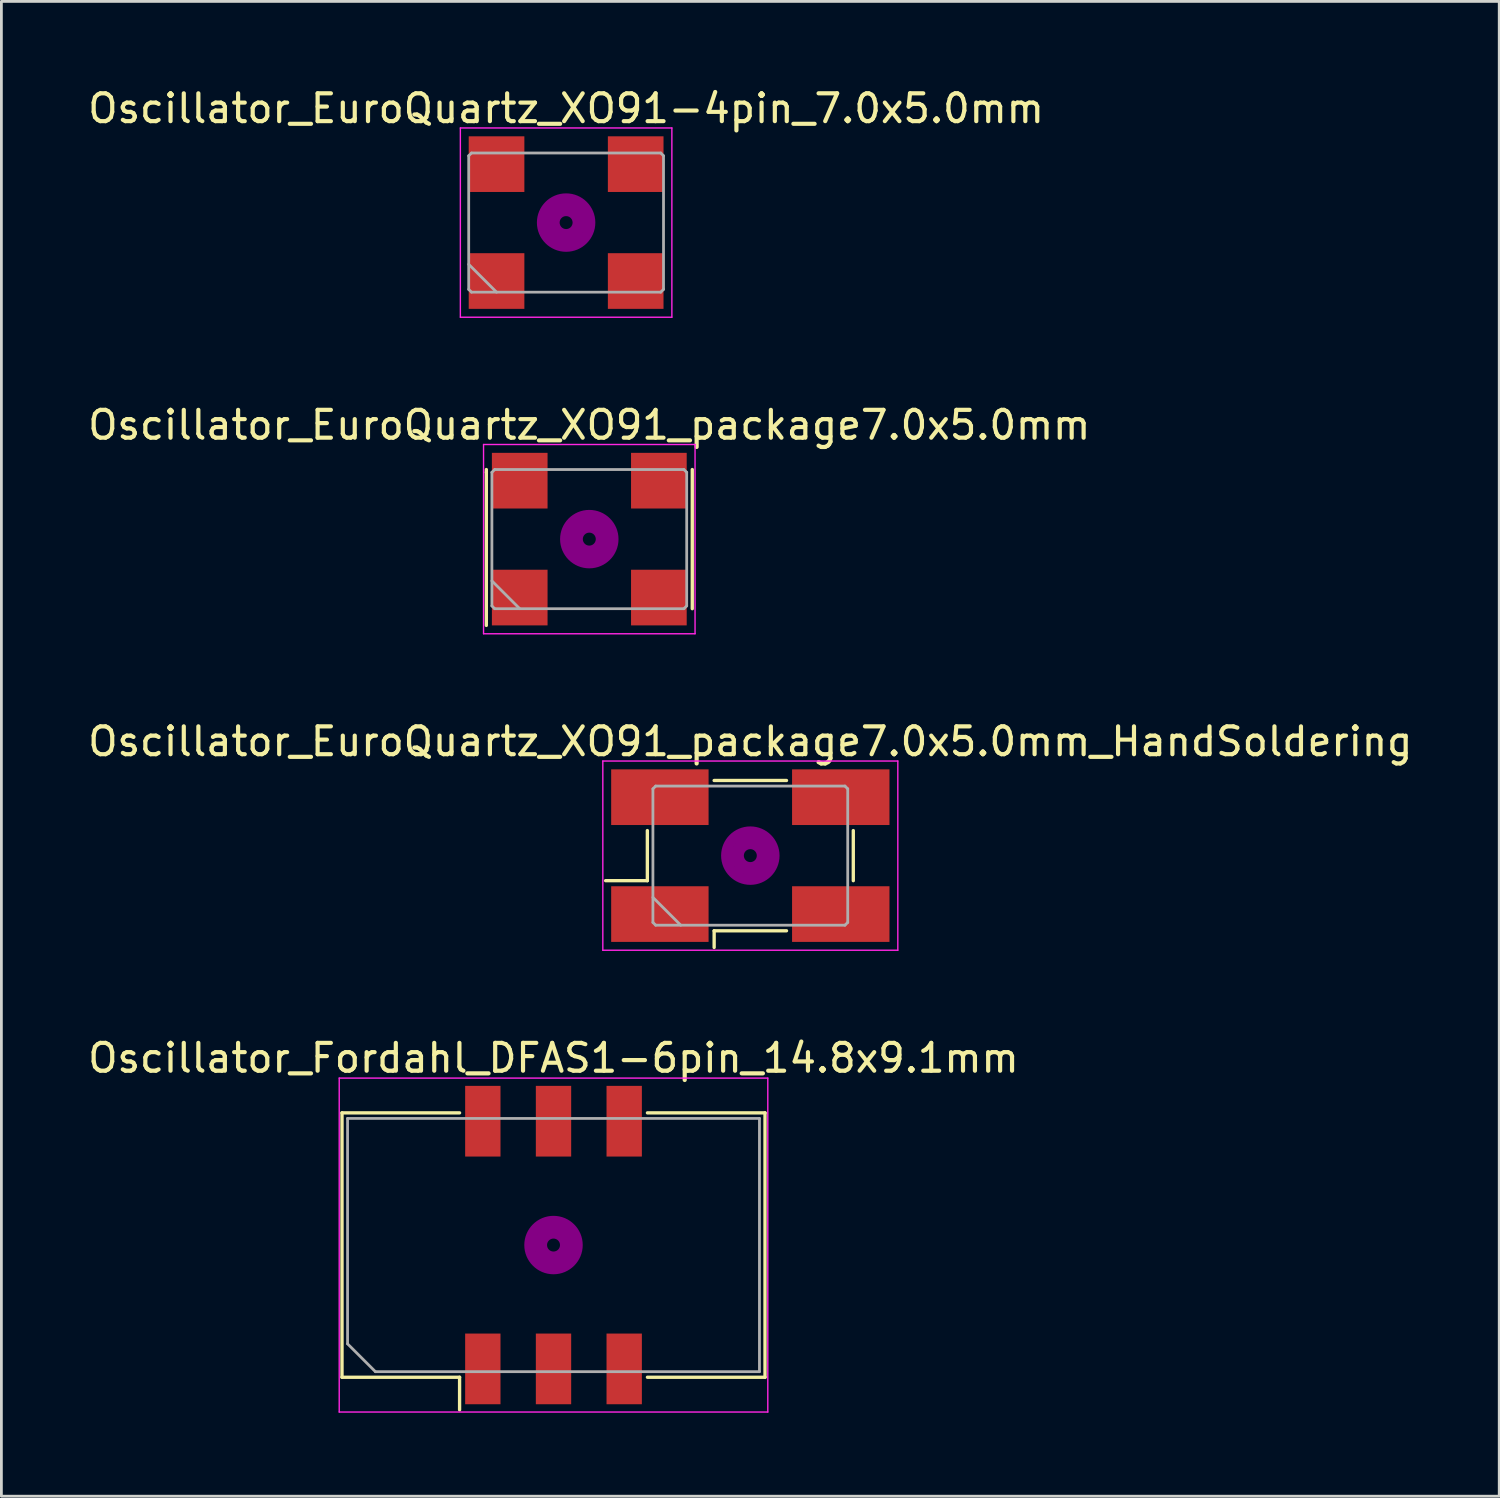
<source format=kicad_pcb>
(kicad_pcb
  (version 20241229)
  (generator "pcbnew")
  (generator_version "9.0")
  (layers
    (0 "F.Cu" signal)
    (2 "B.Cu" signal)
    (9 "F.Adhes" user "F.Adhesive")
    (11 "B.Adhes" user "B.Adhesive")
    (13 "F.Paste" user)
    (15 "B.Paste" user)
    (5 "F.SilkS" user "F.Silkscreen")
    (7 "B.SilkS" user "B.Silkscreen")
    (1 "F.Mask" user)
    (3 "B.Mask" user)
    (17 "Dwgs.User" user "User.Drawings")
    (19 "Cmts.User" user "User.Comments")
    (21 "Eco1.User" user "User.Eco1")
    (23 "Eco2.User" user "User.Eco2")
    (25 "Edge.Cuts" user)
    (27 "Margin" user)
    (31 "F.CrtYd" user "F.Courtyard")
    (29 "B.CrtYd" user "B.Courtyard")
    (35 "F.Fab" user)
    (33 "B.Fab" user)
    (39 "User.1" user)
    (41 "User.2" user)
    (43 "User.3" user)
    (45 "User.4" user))
  (footprint "Oscillator_EuroQuartz_XO91_package7.0x5.0mm"
    (layer "F.Cu")
    (at 18.125 16.322)
    (property "Reference" "Oscillator_EuroQuartz_XO91_package7.0x5.0mm" (at 0 -4.1 0) (layer "F.SilkS") (effects (font (size 1 1) (thickness 0.15))))
    (attr smd)
    (fp_line (start -3.7 -2.5) (end -3.7 -2.4) (stroke (width 0.12) (type solid)) (layer "F.SilkS"))
    (fp_line (start -3.7 -2.4) (end -3.7 3.1) (stroke (width 0.12) (type solid)) (layer "F.SilkS"))
    (fp_line (start 3.7 2.5) (end 3.7 -2.5) (stroke (width 0.12) (type solid)) (layer "F.SilkS"))
    (fp_circle (center 0 0) (end 0.233 0) (stroke (width 0.467) (type solid)) (fill no) (layer "F.Adhes"))
    (fp_circle (center 0 0) (end 0.533 0) (stroke (width 0.333) (type solid)) (fill no) (layer "F.Adhes"))
    (fp_circle (center 0 0) (end 0.833 0) (stroke (width 0.333) (type solid)) (fill no) (layer "F.Adhes"))
    (fp_circle (center 0 0) (end 1 0) (stroke (width 0.1) (type solid)) (fill no) (layer "F.Adhes"))
    (fp_line (start -3.8 -3.4) (end -3.8 3.4) (stroke (width 0.05) (type solid)) (layer "F.CrtYd"))
    (fp_line (start -3.8 3.4) (end 3.8 3.4) (stroke (width 0.05) (type solid)) (layer "F.CrtYd"))
    (fp_line (start 3.8 -3.4) (end -3.8 -3.4) (stroke (width 0.05) (type solid)) (layer "F.CrtYd"))
    (fp_line (start 3.8 3.4) (end 3.8 -3.4) (stroke (width 0.05) (type solid)) (layer "F.CrtYd"))
    (fp_line (start -3.5 -2.4) (end -3.4 -2.5) (stroke (width 0.1) (type solid)) (layer "F.Fab"))
    (fp_line (start -3.5 1.5) (end -2.5 2.5) (stroke (width 0.1) (type solid)) (layer "F.Fab"))
    (fp_line (start -3.5 2.4) (end -3.5 -2.4) (stroke (width 0.1) (type solid)) (layer "F.Fab"))
    (fp_line (start -3.4 -2.5) (end 3.4 -2.5) (stroke (width 0.1) (type solid)) (layer "F.Fab"))
    (fp_line (start -3.4 2.5) (end -3.5 2.4) (stroke (width 0.1) (type solid)) (layer "F.Fab"))
    (fp_line (start 3.4 -2.5) (end 3.5 -2.4) (stroke (width 0.1) (type solid)) (layer "F.Fab"))
    (fp_line (start 3.4 2.5) (end -3.4 2.5) (stroke (width 0.1) (type solid)) (layer "F.Fab"))
    (fp_line (start 3.5 -2.4) (end 3.5 2.4) (stroke (width 0.1) (type solid)) (layer "F.Fab"))
    (fp_line (start 3.5 2.4) (end 3.4 2.5) (stroke (width 0.1) (type solid)) (layer "F.Fab"))
    (pad "1" smd rect (at -2.5 2.1) (size 2 2) (layers "F.Cu" "F.Mask"))
    (pad "2" smd rect (at 2.5 2.1) (size 2 2) (layers "F.Cu" "F.Mask"))
    (pad "3" smd rect (at 2.5 -2.1) (size 2 2) (layers "F.Cu" "F.Mask"))
    (pad "4" smd rect (at -2.5 -2.1) (size 2 2) (layers "F.Cu" "F.Mask")))
  (footprint "Oscillator_EuroQuartz_XO91-4pin_7.0x5.0mm"
    (layer "F.Cu")
    (at 17.292 4.948)
    (property "Reference" "Oscillator_EuroQuartz_XO91-4pin_7.0x5.0mm" (at 0 -4.1 0) (layer "F.SilkS") (effects (font (size 1 1) (thickness 0.15))))
    (attr smd)
    (fp_circle (center 0 0) (end 0.233 0) (stroke (width 0.467) (type solid)) (fill no) (layer "F.Adhes"))
    (fp_circle (center 0 0) (end 0.533 0) (stroke (width 0.333) (type solid)) (fill no) (layer "F.Adhes"))
    (fp_circle (center 0 0) (end 0.833 0) (stroke (width 0.333) (type solid)) (fill no) (layer "F.Adhes"))
    (fp_circle (center 0 0) (end 1 0) (stroke (width 0.1) (type solid)) (fill no) (layer "F.Adhes"))
    (fp_line (start -3.8 -3.4) (end -3.8 3.4) (stroke (width 0.05) (type solid)) (layer "F.CrtYd"))
    (fp_line (start -3.8 3.4) (end 3.8 3.4) (stroke (width 0.05) (type solid)) (layer "F.CrtYd"))
    (fp_line (start 3.8 -3.4) (end -3.8 -3.4) (stroke (width 0.05) (type solid)) (layer "F.CrtYd"))
    (fp_line (start 3.8 3.4) (end 3.8 -3.4) (stroke (width 0.05) (type solid)) (layer "F.CrtYd"))
    (fp_line (start -3.5 -2.4) (end -3.4 -2.5) (stroke (width 0.1) (type solid)) (layer "F.Fab"))
    (fp_line (start -3.5 1.5) (end -2.5 2.5) (stroke (width 0.1) (type solid)) (layer "F.Fab"))
    (fp_line (start -3.5 2.4) (end -3.5 -2.4) (stroke (width 0.1) (type solid)) (layer "F.Fab"))
    (fp_line (start -3.4 -2.5) (end 3.4 -2.5) (stroke (width 0.1) (type solid)) (layer "F.Fab"))
    (fp_line (start -3.4 2.5) (end -3.5 2.4) (stroke (width 0.1) (type solid)) (layer "F.Fab"))
    (fp_line (start 3.4 -2.5) (end 3.5 -2.4) (stroke (width 0.1) (type solid)) (layer "F.Fab"))
    (fp_line (start 3.4 2.5) (end -3.4 2.5) (stroke (width 0.1) (type solid)) (layer "F.Fab"))
    (fp_line (start 3.5 -2.4) (end 3.5 2.4) (stroke (width 0.1) (type solid)) (layer "F.Fab"))
    (fp_line (start 3.5 2.4) (end 3.4 2.5) (stroke (width 0.1) (type solid)) (layer "F.Fab"))
    (pad "1" smd rect (at -2.5 2.1) (size 2 2) (layers "F.Cu" "F.Mask"))
    (pad "2" smd rect (at 2.5 2.1) (size 2 2) (layers "F.Cu" "F.Mask"))
    (pad "3" smd rect (at 2.5 -2.1) (size 2 2) (layers "F.Cu" "F.Mask"))
    (pad "4" smd rect (at -2.5 -2.1) (size 2 2) (layers "F.Cu" "F.Mask")))
  (footprint "Oscillator_EuroQuartz_XO91_package7.0x5.0mm_HandSoldering"
    (layer "F.Cu")
    (at 23.911 27.695)
    (property "Reference" "Oscillator_EuroQuartz_XO91_package7.0x5.0mm_HandSoldering" (at 0 -4.1 0) (layer "F.SilkS") (effects (font (size 1 1) (thickness 0.15))))
    (attr smd)
    (fp_line (start -5.2 0.9) (end -3.7 0.9) (stroke (width 0.12) (type solid)) (layer "F.SilkS"))
    (fp_line (start -3.7 0.9) (end -3.7 -0.9) (stroke (width 0.12) (type solid)) (layer "F.SilkS"))
    (fp_line (start -1.3 -2.7) (end 1.3 -2.7) (stroke (width 0.12) (type solid)) (layer "F.SilkS"))
    (fp_line (start -1.3 2.7) (end -1.3 3.3) (stroke (width 0.12) (type solid)) (layer "F.SilkS"))
    (fp_line (start 1.3 2.7) (end -1.3 2.7) (stroke (width 0.12) (type solid)) (layer "F.SilkS"))
    (fp_line (start 3.7 -0.9) (end 3.7 0.9) (stroke (width 0.12) (type solid)) (layer "F.SilkS"))
    (fp_circle (center 0 0) (end 0.233 0) (stroke (width 0.467) (type solid)) (fill no) (layer "F.Adhes"))
    (fp_circle (center 0 0) (end 0.533 0) (stroke (width 0.333) (type solid)) (fill no) (layer "F.Adhes"))
    (fp_circle (center 0 0) (end 0.833 0) (stroke (width 0.333) (type solid)) (fill no) (layer "F.Adhes"))
    (fp_circle (center 0 0) (end 1 0) (stroke (width 0.1) (type solid)) (fill no) (layer "F.Adhes"))
    (fp_line (start -5.3 -3.4) (end -5.3 3.4) (stroke (width 0.05) (type solid)) (layer "F.CrtYd"))
    (fp_line (start -5.3 3.4) (end 5.3 3.4) (stroke (width 0.05) (type solid)) (layer "F.CrtYd"))
    (fp_line (start 5.3 -3.4) (end -5.3 -3.4) (stroke (width 0.05) (type solid)) (layer "F.CrtYd"))
    (fp_line (start 5.3 3.4) (end 5.3 -3.4) (stroke (width 0.05) (type solid)) (layer "F.CrtYd"))
    (fp_line (start -3.5 -2.4) (end -3.4 -2.5) (stroke (width 0.1) (type solid)) (layer "F.Fab"))
    (fp_line (start -3.5 1.5) (end -2.5 2.5) (stroke (width 0.1) (type solid)) (layer "F.Fab"))
    (fp_line (start -3.5 2.4) (end -3.5 -2.4) (stroke (width 0.1) (type solid)) (layer "F.Fab"))
    (fp_line (start -3.4 -2.5) (end 3.4 -2.5) (stroke (width 0.1) (type solid)) (layer "F.Fab"))
    (fp_line (start -3.4 2.5) (end -3.5 2.4) (stroke (width 0.1) (type solid)) (layer "F.Fab"))
    (fp_line (start 3.4 -2.5) (end 3.5 -2.4) (stroke (width 0.1) (type solid)) (layer "F.Fab"))
    (fp_line (start 3.4 2.5) (end -3.4 2.5) (stroke (width 0.1) (type solid)) (layer "F.Fab"))
    (fp_line (start 3.5 -2.4) (end 3.5 2.4) (stroke (width 0.1) (type solid)) (layer "F.Fab"))
    (fp_line (start 3.5 2.4) (end 3.4 2.5) (stroke (width 0.1) (type solid)) (layer "F.Fab"))
    (pad "1" smd rect (at -3.25 2.1) (size 3.5 2) (layers "F.Cu" "F.Mask"))
    (pad "2" smd rect (at 3.25 2.1) (size 3.5 2) (layers "F.Cu" "F.Mask"))
    (pad "3" smd rect (at 3.25 -2.1) (size 3.5 2) (layers "F.Cu" "F.Mask"))
    (pad "4" smd rect (at -3.25 -2.1) (size 3.5 2) (layers "F.Cu" "F.Mask")))
  (footprint "Oscillator_Fordahl_DFAS1-6pin_14.8x9.1mm"
    (layer "F.Cu")
    (at 16.839 41.688)
    (property "Reference" "Oscillator_Fordahl_DFAS1-6pin_14.8x9.1mm" (at 0 -6.72 0) (layer "F.SilkS") (effects (font (size 1 1) (thickness 0.15))))
    (attr smd)
    (fp_line (start -7.6 -4.75) (end -3.375 -4.75) (stroke (width 0.12) (type solid)) (layer "F.SilkS"))
    (fp_line (start -7.6 4.75) (end -7.6 -4.75) (stroke (width 0.12) (type solid)) (layer "F.SilkS"))
    (fp_line (start -3.375 4.75) (end -7.6 4.75) (stroke (width 0.12) (type solid)) (layer "F.SilkS"))
    (fp_line (start -3.375 5.92) (end -3.375 4.75) (stroke (width 0.12) (type solid)) (layer "F.SilkS"))
    (fp_line (start 3.375 -4.75) (end 7.6 -4.75) (stroke (width 0.12) (type solid)) (layer "F.SilkS"))
    (fp_line (start 7.6 -4.75) (end 7.6 4.75) (stroke (width 0.12) (type solid)) (layer "F.SilkS"))
    (fp_line (start 7.6 4.75) (end 3.375 4.75) (stroke (width 0.12) (type solid)) (layer "F.SilkS"))
    (fp_circle (center 0 0) (end 0.233 0) (stroke (width 0.467) (type solid)) (fill no) (layer "F.Adhes"))
    (fp_circle (center 0 0) (end 0.533 0) (stroke (width 0.333) (type solid)) (fill no) (layer "F.Adhes"))
    (fp_circle (center 0 0) (end 0.833 0) (stroke (width 0.333) (type solid)) (fill no) (layer "F.Adhes"))
    (fp_circle (center 0 0) (end 1 0) (stroke (width 0.1) (type solid)) (fill no) (layer "F.Adhes"))
    (fp_line (start -7.7 -6) (end -7.7 6) (stroke (width 0.05) (type solid)) (layer "F.CrtYd"))
    (fp_line (start -7.7 6) (end 7.7 6) (stroke (width 0.05) (type solid)) (layer "F.CrtYd"))
    (fp_line (start 7.7 -6) (end -7.7 -6) (stroke (width 0.05) (type solid)) (layer "F.CrtYd"))
    (fp_line (start 7.7 6) (end 7.7 -6) (stroke (width 0.05) (type solid)) (layer "F.CrtYd"))
    (fp_line (start -7.4 -4.55) (end 7.4 -4.55) (stroke (width 0.1) (type solid)) (layer "F.Fab"))
    (fp_line (start -7.4 3.55) (end -7.4 -4.55) (stroke (width 0.1) (type solid)) (layer "F.Fab"))
    (fp_line (start -6.4 4.55) (end -7.4 3.55) (stroke (width 0.1) (type solid)) (layer "F.Fab"))
    (fp_line (start 7.4 -4.55) (end 7.4 4.55) (stroke (width 0.1) (type solid)) (layer "F.Fab"))
    (fp_line (start 7.4 4.55) (end -6.4 4.55) (stroke (width 0.1) (type solid)) (layer "F.Fab"))
    (pad "1" smd rect (at -2.54 4.45) (size 1.27 2.54) (layers "F.Cu" "F.Mask"))
    (pad "2" smd rect (at 0 4.45) (size 1.27 2.54) (layers "F.Cu" "F.Mask"))
    (pad "3" smd rect (at 2.54 4.45) (size 1.27 2.54) (layers "F.Cu" "F.Mask"))
    (pad "4" smd rect (at 2.54 -4.45) (size 1.27 2.54) (layers "F.Cu" "F.Mask"))
    (pad "5" smd rect (at 0 -4.45) (size 1.27 2.54) (layers "F.Cu" "F.Mask"))
    (pad "6" smd rect (at -2.54 -4.45) (size 1.27 2.54) (layers "F.Cu" "F.Mask")))
  (gr_rect
    (start -3 -3)
    (end 50.821 50.713)
    (stroke (width 0.1) (type default))
    (fill no)
    (layer "Edge.Cuts")))
</source>
